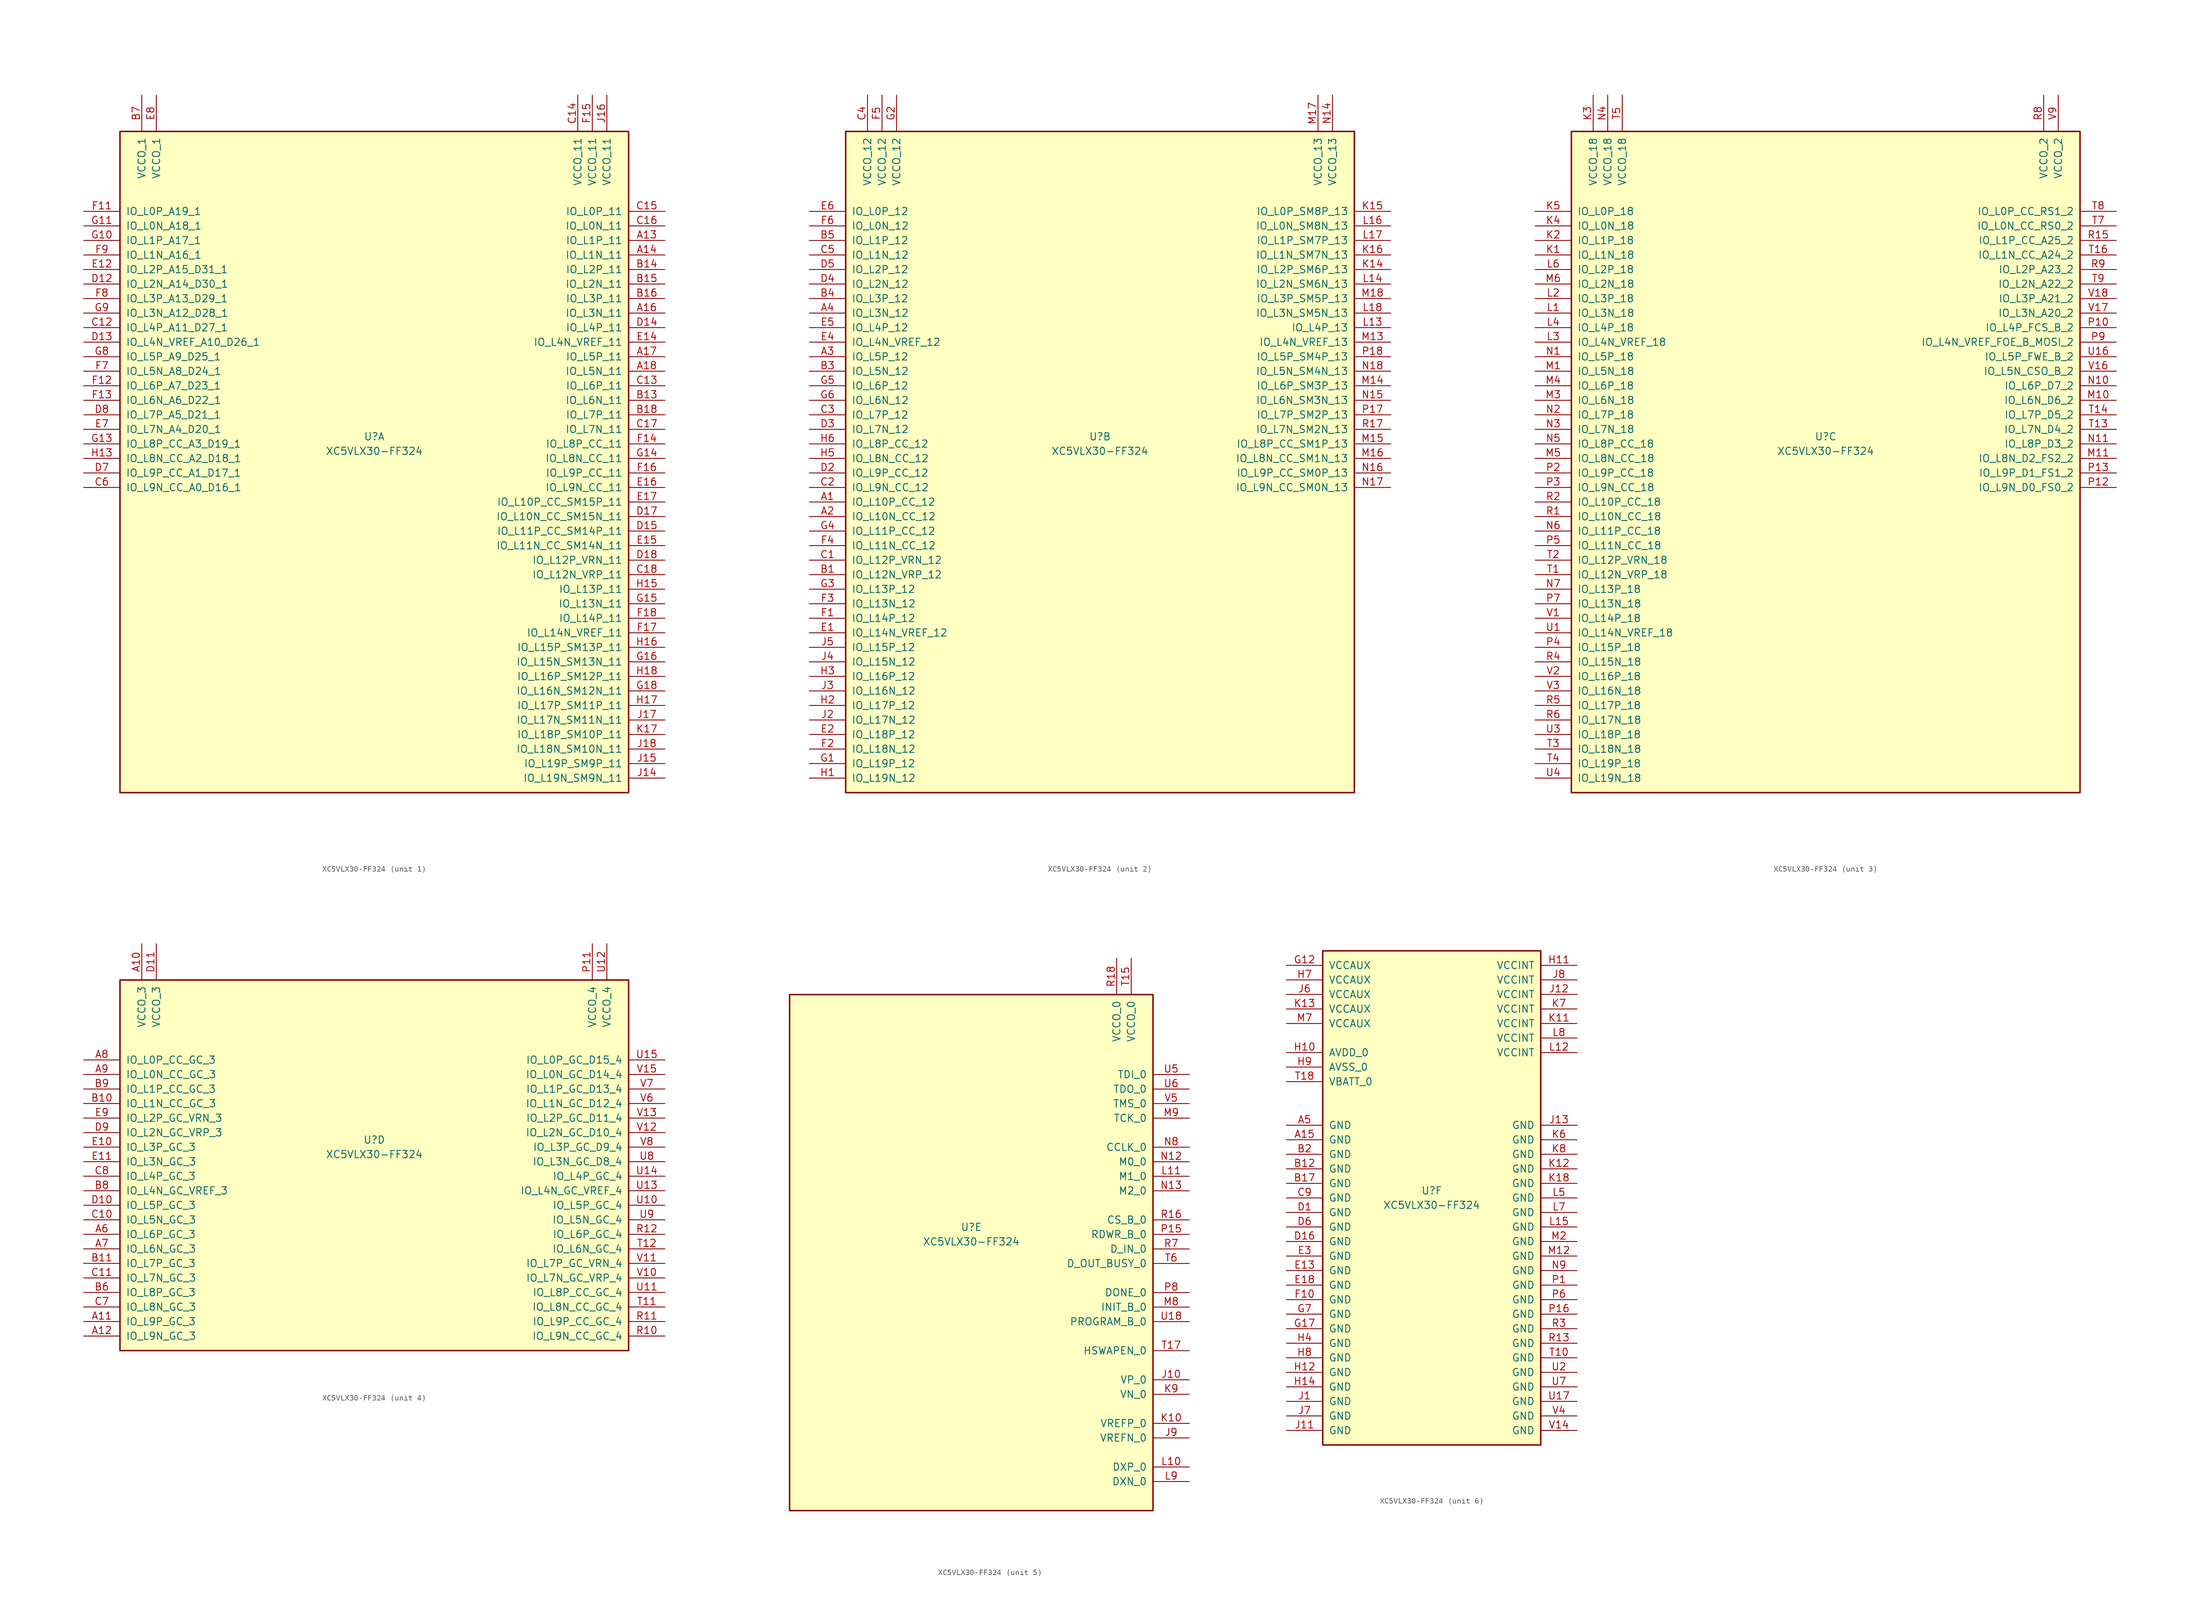
<source format=kicad_sym>
(kicad_symbol_lib
  (version 20211014)
  (generator kicad_symbol_editor)
  (symbol "XC5VLX30-FF324"
    (pin_names
      (offset 1.016))
    (property "Reference" "U"
      (at 0 1.27 0)
      (effects (font (size 1.27 1.27))))
    (property "Value" "XC5VLX30-FF324"
      (at 0 -1.27 0)
      (effects (font (size 1.27 1.27))))
    (property "Datasheet" ""
      (at 0 0 0)
      (effects (font (size 1.27 1.27))))
    (property "ki_locked" ""
      (at 0 0 0)
      (effects (font (size 1.27 1.27))))
    (symbol "XC5VLX30-FF324_1_1"
      (rectangle (start -44.45 54.61) (end 44.45 -60.96) (stroke (width 0.254) (type default) (color 0 0 0 0)) (fill (type background)))
      (pin bidirectional line (at 50.8 35.56 180) (length 6.35) (name "IO_L1P_11" (effects (font (size 1.27 1.27)))) (number "A13" (effects (font (size 1.27 1.27)))))
      (pin bidirectional line (at 50.8 33.02 180) (length 6.35) (name "IO_L1N_11" (effects (font (size 1.27 1.27)))) (number "A14" (effects (font (size 1.27 1.27)))))
      (pin bidirectional line (at 50.8 22.86 180) (length 6.35) (name "IO_L3N_11" (effects (font (size 1.27 1.27)))) (number "A16" (effects (font (size 1.27 1.27)))))
      (pin bidirectional line (at 50.8 15.24 180) (length 6.35) (name "IO_L5P_11" (effects (font (size 1.27 1.27)))) (number "A17" (effects (font (size 1.27 1.27)))))
      (pin bidirectional line (at 50.8 12.7 180) (length 6.35) (name "IO_L5N_11" (effects (font (size 1.27 1.27)))) (number "A18" (effects (font (size 1.27 1.27)))))
      (pin bidirectional line (at 50.8 7.62 180) (length 6.35) (name "IO_L6N_11" (effects (font (size 1.27 1.27)))) (number "B13" (effects (font (size 1.27 1.27)))))
      (pin bidirectional line (at 50.8 30.48 180) (length 6.35) (name "IO_L2P_11" (effects (font (size 1.27 1.27)))) (number "B14" (effects (font (size 1.27 1.27)))))
      (pin bidirectional line (at 50.8 27.94 180) (length 6.35) (name "IO_L2N_11" (effects (font (size 1.27 1.27)))) (number "B15" (effects (font (size 1.27 1.27)))))
      (pin bidirectional line (at 50.8 25.4 180) (length 6.35) (name "IO_L3P_11" (effects (font (size 1.27 1.27)))) (number "B16" (effects (font (size 1.27 1.27)))))
      (pin bidirectional line (at 50.8 5.08 180) (length 6.35) (name "IO_L7P_11" (effects (font (size 1.27 1.27)))) (number "B18" (effects (font (size 1.27 1.27)))))
      (pin power_in line (at -40.64 60.96 270) (length 6.35) (name "VCCO_1" (effects (font (size 1.27 1.27)))) (number "B7" (effects (font (size 1.27 1.27)))))
      (pin bidirectional line (at -50.8 20.32 0) (length 6.35) (name "IO_L4P_A11_D27_1" (effects (font (size 1.27 1.27)))) (number "C12" (effects (font (size 1.27 1.27)))))
      (pin bidirectional line (at 50.8 10.16 180) (length 6.35) (name "IO_L6P_11" (effects (font (size 1.27 1.27)))) (number "C13" (effects (font (size 1.27 1.27)))))
      (pin power_in line (at 35.56 60.96 270) (length 6.35) (name "VCCO_11" (effects (font (size 1.27 1.27)))) (number "C14" (effects (font (size 1.27 1.27)))))
      (pin bidirectional line (at 50.8 40.64 180) (length 6.35) (name "IO_L0P_11" (effects (font (size 1.27 1.27)))) (number "C15" (effects (font (size 1.27 1.27)))))
      (pin bidirectional line (at 50.8 38.1 180) (length 6.35) (name "IO_L0N_11" (effects (font (size 1.27 1.27)))) (number "C16" (effects (font (size 1.27 1.27)))))
      (pin bidirectional line (at 50.8 2.54 180) (length 6.35) (name "IO_L7N_11" (effects (font (size 1.27 1.27)))) (number "C17" (effects (font (size 1.27 1.27)))))
      (pin bidirectional line (at 50.8 -22.86 180) (length 6.35) (name "IO_L12N_VRP_11" (effects (font (size 1.27 1.27)))) (number "C18" (effects (font (size 1.27 1.27)))))
      (pin bidirectional line (at -50.8 -7.62 0) (length 6.35) (name "IO_L9N_CC_A0_D16_1" (effects (font (size 1.27 1.27)))) (number "C6" (effects (font (size 1.27 1.27)))))
      (pin bidirectional line (at -50.8 27.94 0) (length 6.35) (name "IO_L2N_A14_D30_1" (effects (font (size 1.27 1.27)))) (number "D12" (effects (font (size 1.27 1.27)))))
      (pin bidirectional line (at -50.8 17.78 0) (length 6.35) (name "IO_L4N_VREF_A10_D26_1" (effects (font (size 1.27 1.27)))) (number "D13" (effects (font (size 1.27 1.27)))))
      (pin bidirectional line (at 50.8 20.32 180) (length 6.35) (name "IO_L4P_11" (effects (font (size 1.27 1.27)))) (number "D14" (effects (font (size 1.27 1.27)))))
      (pin bidirectional line (at 50.8 -15.24 180) (length 6.35) (name "IO_L11P_CC_SM14P_11" (effects (font (size 1.27 1.27)))) (number "D15" (effects (font (size 1.27 1.27)))))
      (pin bidirectional line (at 50.8 -12.7 180) (length 6.35) (name "IO_L10N_CC_SM15N_11" (effects (font (size 1.27 1.27)))) (number "D17" (effects (font (size 1.27 1.27)))))
      (pin bidirectional line (at 50.8 -20.32 180) (length 6.35) (name "IO_L12P_VRN_11" (effects (font (size 1.27 1.27)))) (number "D18" (effects (font (size 1.27 1.27)))))
      (pin bidirectional line (at -50.8 -5.08 0) (length 6.35) (name "IO_L9P_CC_A1_D17_1" (effects (font (size 1.27 1.27)))) (number "D7" (effects (font (size 1.27 1.27)))))
      (pin bidirectional line (at -50.8 5.08 0) (length 6.35) (name "IO_L7P_A5_D21_1" (effects (font (size 1.27 1.27)))) (number "D8" (effects (font (size 1.27 1.27)))))
      (pin bidirectional line (at -50.8 30.48 0) (length 6.35) (name "IO_L2P_A15_D31_1" (effects (font (size 1.27 1.27)))) (number "E12" (effects (font (size 1.27 1.27)))))
      (pin bidirectional line (at 50.8 17.78 180) (length 6.35) (name "IO_L4N_VREF_11" (effects (font (size 1.27 1.27)))) (number "E14" (effects (font (size 1.27 1.27)))))
      (pin bidirectional line (at 50.8 -17.78 180) (length 6.35) (name "IO_L11N_CC_SM14N_11" (effects (font (size 1.27 1.27)))) (number "E15" (effects (font (size 1.27 1.27)))))
      (pin bidirectional line (at 50.8 -7.62 180) (length 6.35) (name "IO_L9N_CC_11" (effects (font (size 1.27 1.27)))) (number "E16" (effects (font (size 1.27 1.27)))))
      (pin bidirectional line (at 50.8 -10.16 180) (length 6.35) (name "IO_L10P_CC_SM15P_11" (effects (font (size 1.27 1.27)))) (number "E17" (effects (font (size 1.27 1.27)))))
      (pin bidirectional line (at -50.8 2.54 0) (length 6.35) (name "IO_L7N_A4_D20_1" (effects (font (size 1.27 1.27)))) (number "E7" (effects (font (size 1.27 1.27)))))
      (pin power_in line (at -38.1 60.96 270) (length 6.35) (name "VCCO_1" (effects (font (size 1.27 1.27)))) (number "E8" (effects (font (size 1.27 1.27)))))
      (pin bidirectional line (at -50.8 40.64 0) (length 6.35) (name "IO_L0P_A19_1" (effects (font (size 1.27 1.27)))) (number "F11" (effects (font (size 1.27 1.27)))))
      (pin bidirectional line (at -50.8 10.16 0) (length 6.35) (name "IO_L6P_A7_D23_1" (effects (font (size 1.27 1.27)))) (number "F12" (effects (font (size 1.27 1.27)))))
      (pin bidirectional line (at -50.8 7.62 0) (length 6.35) (name "IO_L6N_A6_D22_1" (effects (font (size 1.27 1.27)))) (number "F13" (effects (font (size 1.27 1.27)))))
      (pin bidirectional line (at 50.8 0 180) (length 6.35) (name "IO_L8P_CC_11" (effects (font (size 1.27 1.27)))) (number "F14" (effects (font (size 1.27 1.27)))))
      (pin power_in line (at 38.1 60.96 270) (length 6.35) (name "VCCO_11" (effects (font (size 1.27 1.27)))) (number "F15" (effects (font (size 1.27 1.27)))))
      (pin bidirectional line (at 50.8 -5.08 180) (length 6.35) (name "IO_L9P_CC_11" (effects (font (size 1.27 1.27)))) (number "F16" (effects (font (size 1.27 1.27)))))
      (pin bidirectional line (at 50.8 -33.02 180) (length 6.35) (name "IO_L14N_VREF_11" (effects (font (size 1.27 1.27)))) (number "F17" (effects (font (size 1.27 1.27)))))
      (pin bidirectional line (at 50.8 -30.48 180) (length 6.35) (name "IO_L14P_11" (effects (font (size 1.27 1.27)))) (number "F18" (effects (font (size 1.27 1.27)))))
      (pin bidirectional line (at -50.8 12.7 0) (length 6.35) (name "IO_L5N_A8_D24_1" (effects (font (size 1.27 1.27)))) (number "F7" (effects (font (size 1.27 1.27)))))
      (pin bidirectional line (at -50.8 25.4 0) (length 6.35) (name "IO_L3P_A13_D29_1" (effects (font (size 1.27 1.27)))) (number "F8" (effects (font (size 1.27 1.27)))))
      (pin bidirectional line (at -50.8 33.02 0) (length 6.35) (name "IO_L1N_A16_1" (effects (font (size 1.27 1.27)))) (number "F9" (effects (font (size 1.27 1.27)))))
      (pin bidirectional line (at -50.8 35.56 0) (length 6.35) (name "IO_L1P_A17_1" (effects (font (size 1.27 1.27)))) (number "G10" (effects (font (size 1.27 1.27)))))
      (pin bidirectional line (at -50.8 38.1 0) (length 6.35) (name "IO_L0N_A18_1" (effects (font (size 1.27 1.27)))) (number "G11" (effects (font (size 1.27 1.27)))))
      (pin bidirectional line (at -50.8 0 0) (length 6.35) (name "IO_L8P_CC_A3_D19_1" (effects (font (size 1.27 1.27)))) (number "G13" (effects (font (size 1.27 1.27)))))
      (pin bidirectional line (at 50.8 -2.54 180) (length 6.35) (name "IO_L8N_CC_11" (effects (font (size 1.27 1.27)))) (number "G14" (effects (font (size 1.27 1.27)))))
      (pin bidirectional line (at 50.8 -27.94 180) (length 6.35) (name "IO_L13N_11" (effects (font (size 1.27 1.27)))) (number "G15" (effects (font (size 1.27 1.27)))))
      (pin bidirectional line (at 50.8 -38.1 180) (length 6.35) (name "IO_L15N_SM13N_11" (effects (font (size 1.27 1.27)))) (number "G16" (effects (font (size 1.27 1.27)))))
      (pin bidirectional line (at 50.8 -43.18 180) (length 6.35) (name "IO_L16N_SM12N_11" (effects (font (size 1.27 1.27)))) (number "G18" (effects (font (size 1.27 1.27)))))
      (pin bidirectional line (at -50.8 15.24 0) (length 6.35) (name "IO_L5P_A9_D25_1" (effects (font (size 1.27 1.27)))) (number "G8" (effects (font (size 1.27 1.27)))))
      (pin bidirectional line (at -50.8 22.86 0) (length 6.35) (name "IO_L3N_A12_D28_1" (effects (font (size 1.27 1.27)))) (number "G9" (effects (font (size 1.27 1.27)))))
      (pin bidirectional line (at -50.8 -2.54 0) (length 6.35) (name "IO_L8N_CC_A2_D18_1" (effects (font (size 1.27 1.27)))) (number "H13" (effects (font (size 1.27 1.27)))))
      (pin bidirectional line (at 50.8 -25.4 180) (length 6.35) (name "IO_L13P_11" (effects (font (size 1.27 1.27)))) (number "H15" (effects (font (size 1.27 1.27)))))
      (pin bidirectional line (at 50.8 -35.56 180) (length 6.35) (name "IO_L15P_SM13P_11" (effects (font (size 1.27 1.27)))) (number "H16" (effects (font (size 1.27 1.27)))))
      (pin bidirectional line (at 50.8 -45.72 180) (length 6.35) (name "IO_L17P_SM11P_11" (effects (font (size 1.27 1.27)))) (number "H17" (effects (font (size 1.27 1.27)))))
      (pin bidirectional line (at 50.8 -40.64 180) (length 6.35) (name "IO_L16P_SM12P_11" (effects (font (size 1.27 1.27)))) (number "H18" (effects (font (size 1.27 1.27)))))
      (pin bidirectional line (at 50.8 -58.42 180) (length 6.35) (name "IO_L19N_SM9N_11" (effects (font (size 1.27 1.27)))) (number "J14" (effects (font (size 1.27 1.27)))))
      (pin bidirectional line (at 50.8 -55.88 180) (length 6.35) (name "IO_L19P_SM9P_11" (effects (font (size 1.27 1.27)))) (number "J15" (effects (font (size 1.27 1.27)))))
      (pin power_in line (at 40.64 60.96 270) (length 6.35) (name "VCCO_11" (effects (font (size 1.27 1.27)))) (number "J16" (effects (font (size 1.27 1.27)))))
      (pin bidirectional line (at 50.8 -48.26 180) (length 6.35) (name "IO_L17N_SM11N_11" (effects (font (size 1.27 1.27)))) (number "J17" (effects (font (size 1.27 1.27)))))
      (pin bidirectional line (at 50.8 -53.34 180) (length 6.35) (name "IO_L18N_SM10N_11" (effects (font (size 1.27 1.27)))) (number "J18" (effects (font (size 1.27 1.27)))))
      (pin bidirectional line (at 50.8 -50.8 180) (length 6.35) (name "IO_L18P_SM10P_11" (effects (font (size 1.27 1.27)))) (number "K17" (effects (font (size 1.27 1.27))))))
    (symbol "XC5VLX30-FF324_2_1"
      (rectangle (start -44.45 54.61) (end 44.45 -60.96) (stroke (width 0.254) (type default) (color 0 0 0 0)) (fill (type background)))
      (pin bidirectional line (at -50.8 -10.16 0) (length 6.35) (name "IO_L10P_CC_12" (effects (font (size 1.27 1.27)))) (number "A1" (effects (font (size 1.27 1.27)))))
      (pin bidirectional line (at -50.8 -12.7 0) (length 6.35) (name "IO_L10N_CC_12" (effects (font (size 1.27 1.27)))) (number "A2" (effects (font (size 1.27 1.27)))))
      (pin bidirectional line (at -50.8 15.24 0) (length 6.35) (name "IO_L5P_12" (effects (font (size 1.27 1.27)))) (number "A3" (effects (font (size 1.27 1.27)))))
      (pin bidirectional line (at -50.8 22.86 0) (length 6.35) (name "IO_L3N_12" (effects (font (size 1.27 1.27)))) (number "A4" (effects (font (size 1.27 1.27)))))
      (pin bidirectional line (at -50.8 -22.86 0) (length 6.35) (name "IO_L12N_VRP_12" (effects (font (size 1.27 1.27)))) (number "B1" (effects (font (size 1.27 1.27)))))
      (pin bidirectional line (at -50.8 12.7 0) (length 6.35) (name "IO_L5N_12" (effects (font (size 1.27 1.27)))) (number "B3" (effects (font (size 1.27 1.27)))))
      (pin bidirectional line (at -50.8 25.4 0) (length 6.35) (name "IO_L3P_12" (effects (font (size 1.27 1.27)))) (number "B4" (effects (font (size 1.27 1.27)))))
      (pin bidirectional line (at -50.8 35.56 0) (length 6.35) (name "IO_L1P_12" (effects (font (size 1.27 1.27)))) (number "B5" (effects (font (size 1.27 1.27)))))
      (pin bidirectional line (at -50.8 -20.32 0) (length 6.35) (name "IO_L12P_VRN_12" (effects (font (size 1.27 1.27)))) (number "C1" (effects (font (size 1.27 1.27)))))
      (pin bidirectional line (at -50.8 -7.62 0) (length 6.35) (name "IO_L9N_CC_12" (effects (font (size 1.27 1.27)))) (number "C2" (effects (font (size 1.27 1.27)))))
      (pin bidirectional line (at -50.8 5.08 0) (length 6.35) (name "IO_L7P_12" (effects (font (size 1.27 1.27)))) (number "C3" (effects (font (size 1.27 1.27)))))
      (pin power_in line (at -40.64 60.96 270) (length 6.35) (name "VCCO_12" (effects (font (size 1.27 1.27)))) (number "C4" (effects (font (size 1.27 1.27)))))
      (pin bidirectional line (at -50.8 33.02 0) (length 6.35) (name "IO_L1N_12" (effects (font (size 1.27 1.27)))) (number "C5" (effects (font (size 1.27 1.27)))))
      (pin bidirectional line (at -50.8 -5.08 0) (length 6.35) (name "IO_L9P_CC_12" (effects (font (size 1.27 1.27)))) (number "D2" (effects (font (size 1.27 1.27)))))
      (pin bidirectional line (at -50.8 2.54 0) (length 6.35) (name "IO_L7N_12" (effects (font (size 1.27 1.27)))) (number "D3" (effects (font (size 1.27 1.27)))))
      (pin bidirectional line (at -50.8 27.94 0) (length 6.35) (name "IO_L2N_12" (effects (font (size 1.27 1.27)))) (number "D4" (effects (font (size 1.27 1.27)))))
      (pin bidirectional line (at -50.8 30.48 0) (length 6.35) (name "IO_L2P_12" (effects (font (size 1.27 1.27)))) (number "D5" (effects (font (size 1.27 1.27)))))
      (pin bidirectional line (at -50.8 -33.02 0) (length 6.35) (name "IO_L14N_VREF_12" (effects (font (size 1.27 1.27)))) (number "E1" (effects (font (size 1.27 1.27)))))
      (pin bidirectional line (at -50.8 -50.8 0) (length 6.35) (name "IO_L18P_12" (effects (font (size 1.27 1.27)))) (number "E2" (effects (font (size 1.27 1.27)))))
      (pin bidirectional line (at -50.8 17.78 0) (length 6.35) (name "IO_L4N_VREF_12" (effects (font (size 1.27 1.27)))) (number "E4" (effects (font (size 1.27 1.27)))))
      (pin bidirectional line (at -50.8 20.32 0) (length 6.35) (name "IO_L4P_12" (effects (font (size 1.27 1.27)))) (number "E5" (effects (font (size 1.27 1.27)))))
      (pin bidirectional line (at -50.8 40.64 0) (length 6.35) (name "IO_L0P_12" (effects (font (size 1.27 1.27)))) (number "E6" (effects (font (size 1.27 1.27)))))
      (pin bidirectional line (at -50.8 -30.48 0) (length 6.35) (name "IO_L14P_12" (effects (font (size 1.27 1.27)))) (number "F1" (effects (font (size 1.27 1.27)))))
      (pin bidirectional line (at -50.8 -53.34 0) (length 6.35) (name "IO_L18N_12" (effects (font (size 1.27 1.27)))) (number "F2" (effects (font (size 1.27 1.27)))))
      (pin bidirectional line (at -50.8 -27.94 0) (length 6.35) (name "IO_L13N_12" (effects (font (size 1.27 1.27)))) (number "F3" (effects (font (size 1.27 1.27)))))
      (pin bidirectional line (at -50.8 -17.78 0) (length 6.35) (name "IO_L11N_CC_12" (effects (font (size 1.27 1.27)))) (number "F4" (effects (font (size 1.27 1.27)))))
      (pin power_in line (at -38.1 60.96 270) (length 6.35) (name "VCCO_12" (effects (font (size 1.27 1.27)))) (number "F5" (effects (font (size 1.27 1.27)))))
      (pin bidirectional line (at -50.8 38.1 0) (length 6.35) (name "IO_L0N_12" (effects (font (size 1.27 1.27)))) (number "F6" (effects (font (size 1.27 1.27)))))
      (pin bidirectional line (at -50.8 -55.88 0) (length 6.35) (name "IO_L19P_12" (effects (font (size 1.27 1.27)))) (number "G1" (effects (font (size 1.27 1.27)))))
      (pin power_in line (at -35.56 60.96 270) (length 6.35) (name "VCCO_12" (effects (font (size 1.27 1.27)))) (number "G2" (effects (font (size 1.27 1.27)))))
      (pin bidirectional line (at -50.8 -25.4 0) (length 6.35) (name "IO_L13P_12" (effects (font (size 1.27 1.27)))) (number "G3" (effects (font (size 1.27 1.27)))))
      (pin bidirectional line (at -50.8 -15.24 0) (length 6.35) (name "IO_L11P_CC_12" (effects (font (size 1.27 1.27)))) (number "G4" (effects (font (size 1.27 1.27)))))
      (pin bidirectional line (at -50.8 10.16 0) (length 6.35) (name "IO_L6P_12" (effects (font (size 1.27 1.27)))) (number "G5" (effects (font (size 1.27 1.27)))))
      (pin bidirectional line (at -50.8 7.62 0) (length 6.35) (name "IO_L6N_12" (effects (font (size 1.27 1.27)))) (number "G6" (effects (font (size 1.27 1.27)))))
      (pin bidirectional line (at -50.8 -58.42 0) (length 6.35) (name "IO_L19N_12" (effects (font (size 1.27 1.27)))) (number "H1" (effects (font (size 1.27 1.27)))))
      (pin bidirectional line (at -50.8 -45.72 0) (length 6.35) (name "IO_L17P_12" (effects (font (size 1.27 1.27)))) (number "H2" (effects (font (size 1.27 1.27)))))
      (pin bidirectional line (at -50.8 -40.64 0) (length 6.35) (name "IO_L16P_12" (effects (font (size 1.27 1.27)))) (number "H3" (effects (font (size 1.27 1.27)))))
      (pin bidirectional line (at -50.8 -2.54 0) (length 6.35) (name "IO_L8N_CC_12" (effects (font (size 1.27 1.27)))) (number "H5" (effects (font (size 1.27 1.27)))))
      (pin bidirectional line (at -50.8 0 0) (length 6.35) (name "IO_L8P_CC_12" (effects (font (size 1.27 1.27)))) (number "H6" (effects (font (size 1.27 1.27)))))
      (pin bidirectional line (at -50.8 -48.26 0) (length 6.35) (name "IO_L17N_12" (effects (font (size 1.27 1.27)))) (number "J2" (effects (font (size 1.27 1.27)))))
      (pin bidirectional line (at -50.8 -43.18 0) (length 6.35) (name "IO_L16N_12" (effects (font (size 1.27 1.27)))) (number "J3" (effects (font (size 1.27 1.27)))))
      (pin bidirectional line (at -50.8 -38.1 0) (length 6.35) (name "IO_L15N_12" (effects (font (size 1.27 1.27)))) (number "J4" (effects (font (size 1.27 1.27)))))
      (pin bidirectional line (at -50.8 -35.56 0) (length 6.35) (name "IO_L15P_12" (effects (font (size 1.27 1.27)))) (number "J5" (effects (font (size 1.27 1.27)))))
      (pin bidirectional line (at 50.8 30.48 180) (length 6.35) (name "IO_L2P_SM6P_13" (effects (font (size 1.27 1.27)))) (number "K14" (effects (font (size 1.27 1.27)))))
      (pin bidirectional line (at 50.8 40.64 180) (length 6.35) (name "IO_L0P_SM8P_13" (effects (font (size 1.27 1.27)))) (number "K15" (effects (font (size 1.27 1.27)))))
      (pin bidirectional line (at 50.8 33.02 180) (length 6.35) (name "IO_L1N_SM7N_13" (effects (font (size 1.27 1.27)))) (number "K16" (effects (font (size 1.27 1.27)))))
      (pin bidirectional line (at 50.8 20.32 180) (length 6.35) (name "IO_L4P_13" (effects (font (size 1.27 1.27)))) (number "L13" (effects (font (size 1.27 1.27)))))
      (pin bidirectional line (at 50.8 27.94 180) (length 6.35) (name "IO_L2N_SM6N_13" (effects (font (size 1.27 1.27)))) (number "L14" (effects (font (size 1.27 1.27)))))
      (pin bidirectional line (at 50.8 38.1 180) (length 6.35) (name "IO_L0N_SM8N_13" (effects (font (size 1.27 1.27)))) (number "L16" (effects (font (size 1.27 1.27)))))
      (pin bidirectional line (at 50.8 35.56 180) (length 6.35) (name "IO_L1P_SM7P_13" (effects (font (size 1.27 1.27)))) (number "L17" (effects (font (size 1.27 1.27)))))
      (pin bidirectional line (at 50.8 22.86 180) (length 6.35) (name "IO_L3N_SM5N_13" (effects (font (size 1.27 1.27)))) (number "L18" (effects (font (size 1.27 1.27)))))
      (pin bidirectional line (at 50.8 17.78 180) (length 6.35) (name "IO_L4N_VREF_13" (effects (font (size 1.27 1.27)))) (number "M13" (effects (font (size 1.27 1.27)))))
      (pin bidirectional line (at 50.8 10.16 180) (length 6.35) (name "IO_L6P_SM3P_13" (effects (font (size 1.27 1.27)))) (number "M14" (effects (font (size 1.27 1.27)))))
      (pin bidirectional line (at 50.8 0 180) (length 6.35) (name "IO_L8P_CC_SM1P_13" (effects (font (size 1.27 1.27)))) (number "M15" (effects (font (size 1.27 1.27)))))
      (pin bidirectional line (at 50.8 -2.54 180) (length 6.35) (name "IO_L8N_CC_SM1N_13" (effects (font (size 1.27 1.27)))) (number "M16" (effects (font (size 1.27 1.27)))))
      (pin power_in line (at 38.1 60.96 270) (length 6.35) (name "VCCO_13" (effects (font (size 1.27 1.27)))) (number "M17" (effects (font (size 1.27 1.27)))))
      (pin bidirectional line (at 50.8 25.4 180) (length 6.35) (name "IO_L3P_SM5P_13" (effects (font (size 1.27 1.27)))) (number "M18" (effects (font (size 1.27 1.27)))))
      (pin power_in line (at 40.64 60.96 270) (length 6.35) (name "VCCO_13" (effects (font (size 1.27 1.27)))) (number "N14" (effects (font (size 1.27 1.27)))))
      (pin bidirectional line (at 50.8 7.62 180) (length 6.35) (name "IO_L6N_SM3N_13" (effects (font (size 1.27 1.27)))) (number "N15" (effects (font (size 1.27 1.27)))))
      (pin bidirectional line (at 50.8 -5.08 180) (length 6.35) (name "IO_L9P_CC_SM0P_13" (effects (font (size 1.27 1.27)))) (number "N16" (effects (font (size 1.27 1.27)))))
      (pin bidirectional line (at 50.8 -7.62 180) (length 6.35) (name "IO_L9N_CC_SM0N_13" (effects (font (size 1.27 1.27)))) (number "N17" (effects (font (size 1.27 1.27)))))
      (pin bidirectional line (at 50.8 12.7 180) (length 6.35) (name "IO_L5N_SM4N_13" (effects (font (size 1.27 1.27)))) (number "N18" (effects (font (size 1.27 1.27)))))
      (pin bidirectional line (at 50.8 5.08 180) (length 6.35) (name "IO_L7P_SM2P_13" (effects (font (size 1.27 1.27)))) (number "P17" (effects (font (size 1.27 1.27)))))
      (pin bidirectional line (at 50.8 15.24 180) (length 6.35) (name "IO_L5P_SM4P_13" (effects (font (size 1.27 1.27)))) (number "P18" (effects (font (size 1.27 1.27)))))
      (pin bidirectional line (at 50.8 2.54 180) (length 6.35) (name "IO_L7N_SM2N_13" (effects (font (size 1.27 1.27)))) (number "R17" (effects (font (size 1.27 1.27))))))
    (symbol "XC5VLX30-FF324_3_1"
      (rectangle (start -44.45 54.61) (end 44.45 -60.96) (stroke (width 0.254) (type default) (color 0 0 0 0)) (fill (type background)))
      (pin bidirectional line (at -50.8 33.02 0) (length 6.35) (name "IO_L1N_18" (effects (font (size 1.27 1.27)))) (number "K1" (effects (font (size 1.27 1.27)))))
      (pin bidirectional line (at -50.8 35.56 0) (length 6.35) (name "IO_L1P_18" (effects (font (size 1.27 1.27)))) (number "K2" (effects (font (size 1.27 1.27)))))
      (pin power_in line (at -40.64 60.96 270) (length 6.35) (name "VCCO_18" (effects (font (size 1.27 1.27)))) (number "K3" (effects (font (size 1.27 1.27)))))
      (pin bidirectional line (at -50.8 38.1 0) (length 6.35) (name "IO_L0N_18" (effects (font (size 1.27 1.27)))) (number "K4" (effects (font (size 1.27 1.27)))))
      (pin bidirectional line (at -50.8 40.64 0) (length 6.35) (name "IO_L0P_18" (effects (font (size 1.27 1.27)))) (number "K5" (effects (font (size 1.27 1.27)))))
      (pin bidirectional line (at -50.8 22.86 0) (length 6.35) (name "IO_L3N_18" (effects (font (size 1.27 1.27)))) (number "L1" (effects (font (size 1.27 1.27)))))
      (pin bidirectional line (at -50.8 25.4 0) (length 6.35) (name "IO_L3P_18" (effects (font (size 1.27 1.27)))) (number "L2" (effects (font (size 1.27 1.27)))))
      (pin bidirectional line (at -50.8 17.78 0) (length 6.35) (name "IO_L4N_VREF_18" (effects (font (size 1.27 1.27)))) (number "L3" (effects (font (size 1.27 1.27)))))
      (pin bidirectional line (at -50.8 20.32 0) (length 6.35) (name "IO_L4P_18" (effects (font (size 1.27 1.27)))) (number "L4" (effects (font (size 1.27 1.27)))))
      (pin bidirectional line (at -50.8 30.48 0) (length 6.35) (name "IO_L2P_18" (effects (font (size 1.27 1.27)))) (number "L6" (effects (font (size 1.27 1.27)))))
      (pin bidirectional line (at -50.8 12.7 0) (length 6.35) (name "IO_L5N_18" (effects (font (size 1.27 1.27)))) (number "M1" (effects (font (size 1.27 1.27)))))
      (pin bidirectional line (at 50.8 7.62 180) (length 6.35) (name "IO_L6N_D6_2" (effects (font (size 1.27 1.27)))) (number "M10" (effects (font (size 1.27 1.27)))))
      (pin bidirectional line (at 50.8 -2.54 180) (length 6.35) (name "IO_L8N_D2_FS2_2" (effects (font (size 1.27 1.27)))) (number "M11" (effects (font (size 1.27 1.27)))))
      (pin bidirectional line (at -50.8 7.62 0) (length 6.35) (name "IO_L6N_18" (effects (font (size 1.27 1.27)))) (number "M3" (effects (font (size 1.27 1.27)))))
      (pin bidirectional line (at -50.8 10.16 0) (length 6.35) (name "IO_L6P_18" (effects (font (size 1.27 1.27)))) (number "M4" (effects (font (size 1.27 1.27)))))
      (pin bidirectional line (at -50.8 -2.54 0) (length 6.35) (name "IO_L8N_CC_18" (effects (font (size 1.27 1.27)))) (number "M5" (effects (font (size 1.27 1.27)))))
      (pin bidirectional line (at -50.8 27.94 0) (length 6.35) (name "IO_L2N_18" (effects (font (size 1.27 1.27)))) (number "M6" (effects (font (size 1.27 1.27)))))
      (pin bidirectional line (at -50.8 15.24 0) (length 6.35) (name "IO_L5P_18" (effects (font (size 1.27 1.27)))) (number "N1" (effects (font (size 1.27 1.27)))))
      (pin bidirectional line (at 50.8 10.16 180) (length 6.35) (name "IO_L6P_D7_2" (effects (font (size 1.27 1.27)))) (number "N10" (effects (font (size 1.27 1.27)))))
      (pin bidirectional line (at 50.8 0 180) (length 6.35) (name "IO_L8P_D3_2" (effects (font (size 1.27 1.27)))) (number "N11" (effects (font (size 1.27 1.27)))))
      (pin bidirectional line (at -50.8 5.08 0) (length 6.35) (name "IO_L7P_18" (effects (font (size 1.27 1.27)))) (number "N2" (effects (font (size 1.27 1.27)))))
      (pin bidirectional line (at -50.8 2.54 0) (length 6.35) (name "IO_L7N_18" (effects (font (size 1.27 1.27)))) (number "N3" (effects (font (size 1.27 1.27)))))
      (pin power_in line (at -38.1 60.96 270) (length 6.35) (name "VCCO_18" (effects (font (size 1.27 1.27)))) (number "N4" (effects (font (size 1.27 1.27)))))
      (pin bidirectional line (at -50.8 0 0) (length 6.35) (name "IO_L8P_CC_18" (effects (font (size 1.27 1.27)))) (number "N5" (effects (font (size 1.27 1.27)))))
      (pin bidirectional line (at -50.8 -15.24 0) (length 6.35) (name "IO_L11P_CC_18" (effects (font (size 1.27 1.27)))) (number "N6" (effects (font (size 1.27 1.27)))))
      (pin bidirectional line (at -50.8 -25.4 0) (length 6.35) (name "IO_L13P_18" (effects (font (size 1.27 1.27)))) (number "N7" (effects (font (size 1.27 1.27)))))
      (pin bidirectional line (at 50.8 20.32 180) (length 6.35) (name "IO_L4P_FCS_B_2" (effects (font (size 1.27 1.27)))) (number "P10" (effects (font (size 1.27 1.27)))))
      (pin bidirectional line (at 50.8 -7.62 180) (length 6.35) (name "IO_L9N_D0_FS0_2" (effects (font (size 1.27 1.27)))) (number "P12" (effects (font (size 1.27 1.27)))))
      (pin bidirectional line (at 50.8 -5.08 180) (length 6.35) (name "IO_L9P_D1_FS1_2" (effects (font (size 1.27 1.27)))) (number "P13" (effects (font (size 1.27 1.27)))))
      (pin bidirectional line (at -50.8 -5.08 0) (length 6.35) (name "IO_L9P_CC_18" (effects (font (size 1.27 1.27)))) (number "P2" (effects (font (size 1.27 1.27)))))
      (pin bidirectional line (at -50.8 -7.62 0) (length 6.35) (name "IO_L9N_CC_18" (effects (font (size 1.27 1.27)))) (number "P3" (effects (font (size 1.27 1.27)))))
      (pin bidirectional line (at -50.8 -35.56 0) (length 6.35) (name "IO_L15P_18" (effects (font (size 1.27 1.27)))) (number "P4" (effects (font (size 1.27 1.27)))))
      (pin bidirectional line (at -50.8 -17.78 0) (length 6.35) (name "IO_L11N_CC_18" (effects (font (size 1.27 1.27)))) (number "P5" (effects (font (size 1.27 1.27)))))
      (pin bidirectional line (at -50.8 -27.94 0) (length 6.35) (name "IO_L13N_18" (effects (font (size 1.27 1.27)))) (number "P7" (effects (font (size 1.27 1.27)))))
      (pin bidirectional line (at 50.8 17.78 180) (length 6.35) (name "IO_L4N_VREF_FOE_B_MOSI_2" (effects (font (size 1.27 1.27)))) (number "P9" (effects (font (size 1.27 1.27)))))
      (pin bidirectional line (at -50.8 -12.7 0) (length 6.35) (name "IO_L10N_CC_18" (effects (font (size 1.27 1.27)))) (number "R1" (effects (font (size 1.27 1.27)))))
      (pin bidirectional line (at 50.8 35.56 180) (length 6.35) (name "IO_L1P_CC_A25_2" (effects (font (size 1.27 1.27)))) (number "R15" (effects (font (size 1.27 1.27)))))
      (pin bidirectional line (at -50.8 -10.16 0) (length 6.35) (name "IO_L10P_CC_18" (effects (font (size 1.27 1.27)))) (number "R2" (effects (font (size 1.27 1.27)))))
      (pin bidirectional line (at -50.8 -38.1 0) (length 6.35) (name "IO_L15N_18" (effects (font (size 1.27 1.27)))) (number "R4" (effects (font (size 1.27 1.27)))))
      (pin bidirectional line (at -50.8 -45.72 0) (length 6.35) (name "IO_L17P_18" (effects (font (size 1.27 1.27)))) (number "R5" (effects (font (size 1.27 1.27)))))
      (pin bidirectional line (at -50.8 -48.26 0) (length 6.35) (name "IO_L17N_18" (effects (font (size 1.27 1.27)))) (number "R6" (effects (font (size 1.27 1.27)))))
      (pin power_in line (at 38.1 60.96 270) (length 6.35) (name "VCCO_2" (effects (font (size 1.27 1.27)))) (number "R8" (effects (font (size 1.27 1.27)))))
      (pin bidirectional line (at 50.8 30.48 180) (length 6.35) (name "IO_L2P_A23_2" (effects (font (size 1.27 1.27)))) (number "R9" (effects (font (size 1.27 1.27)))))
      (pin bidirectional line (at -50.8 -22.86 0) (length 6.35) (name "IO_L12N_VRP_18" (effects (font (size 1.27 1.27)))) (number "T1" (effects (font (size 1.27 1.27)))))
      (pin bidirectional line (at 50.8 2.54 180) (length 6.35) (name "IO_L7N_D4_2" (effects (font (size 1.27 1.27)))) (number "T13" (effects (font (size 1.27 1.27)))))
      (pin bidirectional line (at 50.8 5.08 180) (length 6.35) (name "IO_L7P_D5_2" (effects (font (size 1.27 1.27)))) (number "T14" (effects (font (size 1.27 1.27)))))
      (pin bidirectional line (at 50.8 33.02 180) (length 6.35) (name "IO_L1N_CC_A24_2" (effects (font (size 1.27 1.27)))) (number "T16" (effects (font (size 1.27 1.27)))))
      (pin bidirectional line (at -50.8 -20.32 0) (length 6.35) (name "IO_L12P_VRN_18" (effects (font (size 1.27 1.27)))) (number "T2" (effects (font (size 1.27 1.27)))))
      (pin bidirectional line (at -50.8 -53.34 0) (length 6.35) (name "IO_L18N_18" (effects (font (size 1.27 1.27)))) (number "T3" (effects (font (size 1.27 1.27)))))
      (pin bidirectional line (at -50.8 -55.88 0) (length 6.35) (name "IO_L19P_18" (effects (font (size 1.27 1.27)))) (number "T4" (effects (font (size 1.27 1.27)))))
      (pin power_in line (at -35.56 60.96 270) (length 6.35) (name "VCCO_18" (effects (font (size 1.27 1.27)))) (number "T5" (effects (font (size 1.27 1.27)))))
      (pin bidirectional line (at 50.8 38.1 180) (length 6.35) (name "IO_L0N_CC_RS0_2" (effects (font (size 1.27 1.27)))) (number "T7" (effects (font (size 1.27 1.27)))))
      (pin bidirectional line (at 50.8 40.64 180) (length 6.35) (name "IO_L0P_CC_RS1_2" (effects (font (size 1.27 1.27)))) (number "T8" (effects (font (size 1.27 1.27)))))
      (pin bidirectional line (at 50.8 27.94 180) (length 6.35) (name "IO_L2N_A22_2" (effects (font (size 1.27 1.27)))) (number "T9" (effects (font (size 1.27 1.27)))))
      (pin bidirectional line (at -50.8 -33.02 0) (length 6.35) (name "IO_L14N_VREF_18" (effects (font (size 1.27 1.27)))) (number "U1" (effects (font (size 1.27 1.27)))))
      (pin bidirectional line (at 50.8 15.24 180) (length 6.35) (name "IO_L5P_FWE_B_2" (effects (font (size 1.27 1.27)))) (number "U16" (effects (font (size 1.27 1.27)))))
      (pin bidirectional line (at -50.8 -50.8 0) (length 6.35) (name "IO_L18P_18" (effects (font (size 1.27 1.27)))) (number "U3" (effects (font (size 1.27 1.27)))))
      (pin bidirectional line (at -50.8 -58.42 0) (length 6.35) (name "IO_L19N_18" (effects (font (size 1.27 1.27)))) (number "U4" (effects (font (size 1.27 1.27)))))
      (pin bidirectional line (at -50.8 -30.48 0) (length 6.35) (name "IO_L14P_18" (effects (font (size 1.27 1.27)))) (number "V1" (effects (font (size 1.27 1.27)))))
      (pin bidirectional line (at 50.8 12.7 180) (length 6.35) (name "IO_L5N_CSO_B_2" (effects (font (size 1.27 1.27)))) (number "V16" (effects (font (size 1.27 1.27)))))
      (pin bidirectional line (at 50.8 22.86 180) (length 6.35) (name "IO_L3N_A20_2" (effects (font (size 1.27 1.27)))) (number "V17" (effects (font (size 1.27 1.27)))))
      (pin bidirectional line (at 50.8 25.4 180) (length 6.35) (name "IO_L3P_A21_2" (effects (font (size 1.27 1.27)))) (number "V18" (effects (font (size 1.27 1.27)))))
      (pin bidirectional line (at -50.8 -40.64 0) (length 6.35) (name "IO_L16P_18" (effects (font (size 1.27 1.27)))) (number "V2" (effects (font (size 1.27 1.27)))))
      (pin bidirectional line (at -50.8 -43.18 0) (length 6.35) (name "IO_L16N_18" (effects (font (size 1.27 1.27)))) (number "V3" (effects (font (size 1.27 1.27)))))
      (pin power_in line (at 40.64 60.96 270) (length 6.35) (name "VCCO_2" (effects (font (size 1.27 1.27)))) (number "V9" (effects (font (size 1.27 1.27))))))
    (symbol "XC5VLX30-FF324_4_1"
      (rectangle (start -44.45 29.21) (end 44.45 -35.56) (stroke (width 0.254) (type default) (color 0 0 0 0)) (fill (type background)))
      (pin power_in line (at -40.64 35.56 270) (length 6.35) (name "VCCO_3" (effects (font (size 1.27 1.27)))) (number "A10" (effects (font (size 1.27 1.27)))))
      (pin bidirectional line (at -50.8 -30.48 0) (length 6.35) (name "IO_L9P_GC_3" (effects (font (size 1.27 1.27)))) (number "A11" (effects (font (size 1.27 1.27)))))
      (pin bidirectional line (at -50.8 -33.02 0) (length 6.35) (name "IO_L9N_GC_3" (effects (font (size 1.27 1.27)))) (number "A12" (effects (font (size 1.27 1.27)))))
      (pin bidirectional line (at -50.8 -15.24 0) (length 6.35) (name "IO_L6P_GC_3" (effects (font (size 1.27 1.27)))) (number "A6" (effects (font (size 1.27 1.27)))))
      (pin bidirectional line (at -50.8 -17.78 0) (length 6.35) (name "IO_L6N_GC_3" (effects (font (size 1.27 1.27)))) (number "A7" (effects (font (size 1.27 1.27)))))
      (pin bidirectional line (at -50.8 15.24 0) (length 6.35) (name "IO_L0P_CC_GC_3" (effects (font (size 1.27 1.27)))) (number "A8" (effects (font (size 1.27 1.27)))))
      (pin bidirectional line (at -50.8 12.7 0) (length 6.35) (name "IO_L0N_CC_GC_3" (effects (font (size 1.27 1.27)))) (number "A9" (effects (font (size 1.27 1.27)))))
      (pin bidirectional line (at -50.8 7.62 0) (length 6.35) (name "IO_L1N_CC_GC_3" (effects (font (size 1.27 1.27)))) (number "B10" (effects (font (size 1.27 1.27)))))
      (pin bidirectional line (at -50.8 -20.32 0) (length 6.35) (name "IO_L7P_GC_3" (effects (font (size 1.27 1.27)))) (number "B11" (effects (font (size 1.27 1.27)))))
      (pin bidirectional line (at -50.8 -25.4 0) (length 6.35) (name "IO_L8P_GC_3" (effects (font (size 1.27 1.27)))) (number "B6" (effects (font (size 1.27 1.27)))))
      (pin bidirectional line (at -50.8 -7.62 0) (length 6.35) (name "IO_L4N_GC_VREF_3" (effects (font (size 1.27 1.27)))) (number "B8" (effects (font (size 1.27 1.27)))))
      (pin bidirectional line (at -50.8 10.16 0) (length 6.35) (name "IO_L1P_CC_GC_3" (effects (font (size 1.27 1.27)))) (number "B9" (effects (font (size 1.27 1.27)))))
      (pin bidirectional line (at -50.8 -12.7 0) (length 6.35) (name "IO_L5N_GC_3" (effects (font (size 1.27 1.27)))) (number "C10" (effects (font (size 1.27 1.27)))))
      (pin bidirectional line (at -50.8 -22.86 0) (length 6.35) (name "IO_L7N_GC_3" (effects (font (size 1.27 1.27)))) (number "C11" (effects (font (size 1.27 1.27)))))
      (pin bidirectional line (at -50.8 -27.94 0) (length 6.35) (name "IO_L8N_GC_3" (effects (font (size 1.27 1.27)))) (number "C7" (effects (font (size 1.27 1.27)))))
      (pin bidirectional line (at -50.8 -5.08 0) (length 6.35) (name "IO_L4P_GC_3" (effects (font (size 1.27 1.27)))) (number "C8" (effects (font (size 1.27 1.27)))))
      (pin bidirectional line (at -50.8 -10.16 0) (length 6.35) (name "IO_L5P_GC_3" (effects (font (size 1.27 1.27)))) (number "D10" (effects (font (size 1.27 1.27)))))
      (pin power_in line (at -38.1 35.56 270) (length 6.35) (name "VCCO_3" (effects (font (size 1.27 1.27)))) (number "D11" (effects (font (size 1.27 1.27)))))
      (pin bidirectional line (at -50.8 2.54 0) (length 6.35) (name "IO_L2N_GC_VRP_3" (effects (font (size 1.27 1.27)))) (number "D9" (effects (font (size 1.27 1.27)))))
      (pin bidirectional line (at -50.8 0 0) (length 6.35) (name "IO_L3P_GC_3" (effects (font (size 1.27 1.27)))) (number "E10" (effects (font (size 1.27 1.27)))))
      (pin bidirectional line (at -50.8 -2.54 0) (length 6.35) (name "IO_L3N_GC_3" (effects (font (size 1.27 1.27)))) (number "E11" (effects (font (size 1.27 1.27)))))
      (pin bidirectional line (at -50.8 5.08 0) (length 6.35) (name "IO_L2P_GC_VRN_3" (effects (font (size 1.27 1.27)))) (number "E9" (effects (font (size 1.27 1.27)))))
      (pin power_in line (at 38.1 35.56 270) (length 6.35) (name "VCCO_4" (effects (font (size 1.27 1.27)))) (number "P11" (effects (font (size 1.27 1.27)))))
      (pin bidirectional line (at 50.8 -33.02 180) (length 6.35) (name "IO_L9N_CC_GC_4" (effects (font (size 1.27 1.27)))) (number "R10" (effects (font (size 1.27 1.27)))))
      (pin bidirectional line (at 50.8 -30.48 180) (length 6.35) (name "IO_L9P_CC_GC_4" (effects (font (size 1.27 1.27)))) (number "R11" (effects (font (size 1.27 1.27)))))
      (pin bidirectional line (at 50.8 -15.24 180) (length 6.35) (name "IO_L6P_GC_4" (effects (font (size 1.27 1.27)))) (number "R12" (effects (font (size 1.27 1.27)))))
      (pin bidirectional line (at 50.8 -27.94 180) (length 6.35) (name "IO_L8N_CC_GC_4" (effects (font (size 1.27 1.27)))) (number "T11" (effects (font (size 1.27 1.27)))))
      (pin bidirectional line (at 50.8 -17.78 180) (length 6.35) (name "IO_L6N_GC_4" (effects (font (size 1.27 1.27)))) (number "T12" (effects (font (size 1.27 1.27)))))
      (pin bidirectional line (at 50.8 -10.16 180) (length 6.35) (name "IO_L5P_GC_4" (effects (font (size 1.27 1.27)))) (number "U10" (effects (font (size 1.27 1.27)))))
      (pin bidirectional line (at 50.8 -25.4 180) (length 6.35) (name "IO_L8P_CC_GC_4" (effects (font (size 1.27 1.27)))) (number "U11" (effects (font (size 1.27 1.27)))))
      (pin power_in line (at 40.64 35.56 270) (length 6.35) (name "VCCO_4" (effects (font (size 1.27 1.27)))) (number "U12" (effects (font (size 1.27 1.27)))))
      (pin bidirectional line (at 50.8 -7.62 180) (length 6.35) (name "IO_L4N_GC_VREF_4" (effects (font (size 1.27 1.27)))) (number "U13" (effects (font (size 1.27 1.27)))))
      (pin bidirectional line (at 50.8 -5.08 180) (length 6.35) (name "IO_L4P_GC_4" (effects (font (size 1.27 1.27)))) (number "U14" (effects (font (size 1.27 1.27)))))
      (pin bidirectional line (at 50.8 15.24 180) (length 6.35) (name "IO_L0P_GC_D15_4" (effects (font (size 1.27 1.27)))) (number "U15" (effects (font (size 1.27 1.27)))))
      (pin bidirectional line (at 50.8 -2.54 180) (length 6.35) (name "IO_L3N_GC_D8_4" (effects (font (size 1.27 1.27)))) (number "U8" (effects (font (size 1.27 1.27)))))
      (pin bidirectional line (at 50.8 -12.7 180) (length 6.35) (name "IO_L5N_GC_4" (effects (font (size 1.27 1.27)))) (number "U9" (effects (font (size 1.27 1.27)))))
      (pin bidirectional line (at 50.8 -22.86 180) (length 6.35) (name "IO_L7N_GC_VRP_4" (effects (font (size 1.27 1.27)))) (number "V10" (effects (font (size 1.27 1.27)))))
      (pin bidirectional line (at 50.8 -20.32 180) (length 6.35) (name "IO_L7P_GC_VRN_4" (effects (font (size 1.27 1.27)))) (number "V11" (effects (font (size 1.27 1.27)))))
      (pin bidirectional line (at 50.8 2.54 180) (length 6.35) (name "IO_L2N_GC_D10_4" (effects (font (size 1.27 1.27)))) (number "V12" (effects (font (size 1.27 1.27)))))
      (pin bidirectional line (at 50.8 5.08 180) (length 6.35) (name "IO_L2P_GC_D11_4" (effects (font (size 1.27 1.27)))) (number "V13" (effects (font (size 1.27 1.27)))))
      (pin bidirectional line (at 50.8 12.7 180) (length 6.35) (name "IO_L0N_GC_D14_4" (effects (font (size 1.27 1.27)))) (number "V15" (effects (font (size 1.27 1.27)))))
      (pin bidirectional line (at 50.8 7.62 180) (length 6.35) (name "IO_L1N_GC_D12_4" (effects (font (size 1.27 1.27)))) (number "V6" (effects (font (size 1.27 1.27)))))
      (pin bidirectional line (at 50.8 10.16 180) (length 6.35) (name "IO_L1P_GC_D13_4" (effects (font (size 1.27 1.27)))) (number "V7" (effects (font (size 1.27 1.27)))))
      (pin bidirectional line (at 50.8 0 180) (length 6.35) (name "IO_L3P_GC_D9_4" (effects (font (size 1.27 1.27)))) (number "V8" (effects (font (size 1.27 1.27))))))
    (symbol "XC5VLX30-FF324_5_1"
      (rectangle (start -31.75 41.91) (end 31.75 -48.26) (stroke (width 0.254) (type default) (color 0 0 0 0)) (fill (type background)))
      (pin bidirectional line (at 38.1 -25.4 180) (length 6.35) (name "VP_0" (effects (font (size 1.27 1.27)))) (number "J10" (effects (font (size 1.27 1.27)))))
      (pin bidirectional line (at 38.1 -35.56 180) (length 6.35) (name "VREFN_0" (effects (font (size 1.27 1.27)))) (number "J9" (effects (font (size 1.27 1.27)))))
      (pin bidirectional line (at 38.1 -33.02 180) (length 6.35) (name "VREFP_0" (effects (font (size 1.27 1.27)))) (number "K10" (effects (font (size 1.27 1.27)))))
      (pin bidirectional line (at 38.1 -27.94 180) (length 6.35) (name "VN_0" (effects (font (size 1.27 1.27)))) (number "K9" (effects (font (size 1.27 1.27)))))
      (pin bidirectional line (at 38.1 -40.64 180) (length 6.35) (name "DXP_0" (effects (font (size 1.27 1.27)))) (number "L10" (effects (font (size 1.27 1.27)))))
      (pin bidirectional line (at 38.1 10.16 180) (length 6.35) (name "M1_0" (effects (font (size 1.27 1.27)))) (number "L11" (effects (font (size 1.27 1.27)))))
      (pin bidirectional line (at 38.1 -43.18 180) (length 6.35) (name "DXN_0" (effects (font (size 1.27 1.27)))) (number "L9" (effects (font (size 1.27 1.27)))))
      (pin bidirectional line (at 38.1 -12.7 180) (length 6.35) (name "INIT_B_0" (effects (font (size 1.27 1.27)))) (number "M8" (effects (font (size 1.27 1.27)))))
      (pin bidirectional line (at 38.1 20.32 180) (length 6.35) (name "TCK_0" (effects (font (size 1.27 1.27)))) (number "M9" (effects (font (size 1.27 1.27)))))
      (pin bidirectional line (at 38.1 12.7 180) (length 6.35) (name "M0_0" (effects (font (size 1.27 1.27)))) (number "N12" (effects (font (size 1.27 1.27)))))
      (pin bidirectional line (at 38.1 7.62 180) (length 6.35) (name "M2_0" (effects (font (size 1.27 1.27)))) (number "N13" (effects (font (size 1.27 1.27)))))
      (pin bidirectional line (at 38.1 15.24 180) (length 6.35) (name "CCLK_0" (effects (font (size 1.27 1.27)))) (number "N8" (effects (font (size 1.27 1.27)))))
      (pin bidirectional line (at 38.1 0 180) (length 6.35) (name "RDWR_B_0" (effects (font (size 1.27 1.27)))) (number "P15" (effects (font (size 1.27 1.27)))))
      (pin bidirectional line (at 38.1 -10.16 180) (length 6.35) (name "DONE_0" (effects (font (size 1.27 1.27)))) (number "P8" (effects (font (size 1.27 1.27)))))
      (pin bidirectional line (at 38.1 2.54 180) (length 6.35) (name "CS_B_0" (effects (font (size 1.27 1.27)))) (number "R16" (effects (font (size 1.27 1.27)))))
      (pin power_in line (at 25.4 48.26 270) (length 6.35) (name "VCCO_0" (effects (font (size 1.27 1.27)))) (number "R18" (effects (font (size 1.27 1.27)))))
      (pin bidirectional line (at 38.1 -2.54 180) (length 6.35) (name "D_IN_0" (effects (font (size 1.27 1.27)))) (number "R7" (effects (font (size 1.27 1.27)))))
      (pin power_in line (at 27.94 48.26 270) (length 6.35) (name "VCCO_0" (effects (font (size 1.27 1.27)))) (number "T15" (effects (font (size 1.27 1.27)))))
      (pin bidirectional line (at 38.1 -20.32 180) (length 6.35) (name "HSWAPEN_0" (effects (font (size 1.27 1.27)))) (number "T17" (effects (font (size 1.27 1.27)))))
      (pin bidirectional line (at 38.1 -5.08 180) (length 6.35) (name "D_OUT_BUSY_0" (effects (font (size 1.27 1.27)))) (number "T6" (effects (font (size 1.27 1.27)))))
      (pin bidirectional line (at 38.1 -15.24 180) (length 6.35) (name "PROGRAM_B_0" (effects (font (size 1.27 1.27)))) (number "U18" (effects (font (size 1.27 1.27)))))
      (pin bidirectional line (at 38.1 27.94 180) (length 6.35) (name "TDI_0" (effects (font (size 1.27 1.27)))) (number "U5" (effects (font (size 1.27 1.27)))))
      (pin bidirectional line (at 38.1 25.4 180) (length 6.35) (name "TDO_0" (effects (font (size 1.27 1.27)))) (number "U6" (effects (font (size 1.27 1.27)))))
      (pin bidirectional line (at 38.1 22.86 180) (length 6.35) (name "TMS_0" (effects (font (size 1.27 1.27)))) (number "V5" (effects (font (size 1.27 1.27))))))
    (symbol "XC5VLX30-FF324_6_1"
      (rectangle (start -19.05 43.18) (end 19.05 -43.18) (stroke (width 0.254) (type default) (color 0 0 0 0)) (fill (type background)))
      (pin power_in line (at -25.4 10.16 0) (length 6.35) (name "GND" (effects (font (size 1.27 1.27)))) (number "A15" (effects (font (size 1.27 1.27)))))
      (pin power_in line (at -25.4 12.7 0) (length 6.35) (name "GND" (effects (font (size 1.27 1.27)))) (number "A5" (effects (font (size 1.27 1.27)))))
      (pin power_in line (at -25.4 5.08 0) (length 6.35) (name "GND" (effects (font (size 1.27 1.27)))) (number "B12" (effects (font (size 1.27 1.27)))))
      (pin power_in line (at -25.4 2.54 0) (length 6.35) (name "GND" (effects (font (size 1.27 1.27)))) (number "B17" (effects (font (size 1.27 1.27)))))
      (pin power_in line (at -25.4 7.62 0) (length 6.35) (name "GND" (effects (font (size 1.27 1.27)))) (number "B2" (effects (font (size 1.27 1.27)))))
      (pin power_in line (at -25.4 0 0) (length 6.35) (name "GND" (effects (font (size 1.27 1.27)))) (number "C9" (effects (font (size 1.27 1.27)))))
      (pin power_in line (at -25.4 -2.54 0) (length 6.35) (name "GND" (effects (font (size 1.27 1.27)))) (number "D1" (effects (font (size 1.27 1.27)))))
      (pin power_in line (at -25.4 -7.62 0) (length 6.35) (name "GND" (effects (font (size 1.27 1.27)))) (number "D16" (effects (font (size 1.27 1.27)))))
      (pin power_in line (at -25.4 -5.08 0) (length 6.35) (name "GND" (effects (font (size 1.27 1.27)))) (number "D6" (effects (font (size 1.27 1.27)))))
      (pin power_in line (at -25.4 -12.7 0) (length 6.35) (name "GND" (effects (font (size 1.27 1.27)))) (number "E13" (effects (font (size 1.27 1.27)))))
      (pin power_in line (at -25.4 -15.24 0) (length 6.35) (name "GND" (effects (font (size 1.27 1.27)))) (number "E18" (effects (font (size 1.27 1.27)))))
      (pin power_in line (at -25.4 -10.16 0) (length 6.35) (name "GND" (effects (font (size 1.27 1.27)))) (number "E3" (effects (font (size 1.27 1.27)))))
      (pin power_in line (at -25.4 -17.78 0) (length 6.35) (name "GND" (effects (font (size 1.27 1.27)))) (number "F10" (effects (font (size 1.27 1.27)))))
      (pin power_in line (at -25.4 40.64 0) (length 6.35) (name "VCCAUX" (effects (font (size 1.27 1.27)))) (number "G12" (effects (font (size 1.27 1.27)))))
      (pin power_in line (at -25.4 -22.86 0) (length 6.35) (name "GND" (effects (font (size 1.27 1.27)))) (number "G17" (effects (font (size 1.27 1.27)))))
      (pin power_in line (at -25.4 -20.32 0) (length 6.35) (name "GND" (effects (font (size 1.27 1.27)))) (number "G7" (effects (font (size 1.27 1.27)))))
      (pin power_in line (at -25.4 25.4 0) (length 6.35) (name "AVDD_0" (effects (font (size 1.27 1.27)))) (number "H10" (effects (font (size 1.27 1.27)))))
      (pin power_in line (at 25.4 40.64 180) (length 6.35) (name "VCCINT" (effects (font (size 1.27 1.27)))) (number "H11" (effects (font (size 1.27 1.27)))))
      (pin power_in line (at -25.4 -30.48 0) (length 6.35) (name "GND" (effects (font (size 1.27 1.27)))) (number "H12" (effects (font (size 1.27 1.27)))))
      (pin power_in line (at -25.4 -33.02 0) (length 6.35) (name "GND" (effects (font (size 1.27 1.27)))) (number "H14" (effects (font (size 1.27 1.27)))))
      (pin power_in line (at -25.4 -25.4 0) (length 6.35) (name "GND" (effects (font (size 1.27 1.27)))) (number "H4" (effects (font (size 1.27 1.27)))))
      (pin power_in line (at -25.4 38.1 0) (length 6.35) (name "VCCAUX" (effects (font (size 1.27 1.27)))) (number "H7" (effects (font (size 1.27 1.27)))))
      (pin power_in line (at -25.4 -27.94 0) (length 6.35) (name "GND" (effects (font (size 1.27 1.27)))) (number "H8" (effects (font (size 1.27 1.27)))))
      (pin power_in line (at -25.4 22.86 0) (length 6.35) (name "AVSS_0" (effects (font (size 1.27 1.27)))) (number "H9" (effects (font (size 1.27 1.27)))))
      (pin power_in line (at -25.4 -35.56 0) (length 6.35) (name "GND" (effects (font (size 1.27 1.27)))) (number "J1" (effects (font (size 1.27 1.27)))))
      (pin power_in line (at -25.4 -40.64 0) (length 6.35) (name "GND" (effects (font (size 1.27 1.27)))) (number "J11" (effects (font (size 1.27 1.27)))))
      (pin power_in line (at 25.4 35.56 180) (length 6.35) (name "VCCINT" (effects (font (size 1.27 1.27)))) (number "J12" (effects (font (size 1.27 1.27)))))
      (pin power_in line (at 25.4 12.7 180) (length 6.35) (name "GND" (effects (font (size 1.27 1.27)))) (number "J13" (effects (font (size 1.27 1.27)))))
      (pin power_in line (at -25.4 35.56 0) (length 6.35) (name "VCCAUX" (effects (font (size 1.27 1.27)))) (number "J6" (effects (font (size 1.27 1.27)))))
      (pin power_in line (at -25.4 -38.1 0) (length 6.35) (name "GND" (effects (font (size 1.27 1.27)))) (number "J7" (effects (font (size 1.27 1.27)))))
      (pin power_in line (at 25.4 38.1 180) (length 6.35) (name "VCCINT" (effects (font (size 1.27 1.27)))) (number "J8" (effects (font (size 1.27 1.27)))))
      (pin power_in line (at 25.4 30.48 180) (length 6.35) (name "VCCINT" (effects (font (size 1.27 1.27)))) (number "K11" (effects (font (size 1.27 1.27)))))
      (pin power_in line (at 25.4 5.08 180) (length 6.35) (name "GND" (effects (font (size 1.27 1.27)))) (number "K12" (effects (font (size 1.27 1.27)))))
      (pin power_in line (at -25.4 33.02 0) (length 6.35) (name "VCCAUX" (effects (font (size 1.27 1.27)))) (number "K13" (effects (font (size 1.27 1.27)))))
      (pin power_in line (at 25.4 2.54 180) (length 6.35) (name "GND" (effects (font (size 1.27 1.27)))) (number "K18" (effects (font (size 1.27 1.27)))))
      (pin power_in line (at 25.4 10.16 180) (length 6.35) (name "GND" (effects (font (size 1.27 1.27)))) (number "K6" (effects (font (size 1.27 1.27)))))
      (pin power_in line (at 25.4 33.02 180) (length 6.35) (name "VCCINT" (effects (font (size 1.27 1.27)))) (number "K7" (effects (font (size 1.27 1.27)))))
      (pin power_in line (at 25.4 7.62 180) (length 6.35) (name "GND" (effects (font (size 1.27 1.27)))) (number "K8" (effects (font (size 1.27 1.27)))))
      (pin power_in line (at 25.4 25.4 180) (length 6.35) (name "VCCINT" (effects (font (size 1.27 1.27)))) (number "L12" (effects (font (size 1.27 1.27)))))
      (pin power_in line (at 25.4 -5.08 180) (length 6.35) (name "GND" (effects (font (size 1.27 1.27)))) (number "L15" (effects (font (size 1.27 1.27)))))
      (pin power_in line (at 25.4 0 180) (length 6.35) (name "GND" (effects (font (size 1.27 1.27)))) (number "L5" (effects (font (size 1.27 1.27)))))
      (pin power_in line (at 25.4 -2.54 180) (length 6.35) (name "GND" (effects (font (size 1.27 1.27)))) (number "L7" (effects (font (size 1.27 1.27)))))
      (pin power_in line (at 25.4 27.94 180) (length 6.35) (name "VCCINT" (effects (font (size 1.27 1.27)))) (number "L8" (effects (font (size 1.27 1.27)))))
      (pin power_in line (at 25.4 -10.16 180) (length 6.35) (name "GND" (effects (font (size 1.27 1.27)))) (number "M12" (effects (font (size 1.27 1.27)))))
      (pin power_in line (at 25.4 -7.62 180) (length 6.35) (name "GND" (effects (font (size 1.27 1.27)))) (number "M2" (effects (font (size 1.27 1.27)))))
      (pin power_in line (at -25.4 30.48 0) (length 6.35) (name "VCCAUX" (effects (font (size 1.27 1.27)))) (number "M7" (effects (font (size 1.27 1.27)))))
      (pin power_in line (at 25.4 -12.7 180) (length 6.35) (name "GND" (effects (font (size 1.27 1.27)))) (number "N9" (effects (font (size 1.27 1.27)))))
      (pin power_in line (at 25.4 -15.24 180) (length 6.35) (name "GND" (effects (font (size 1.27 1.27)))) (number "P1" (effects (font (size 1.27 1.27)))))
      (pin power_in line (at 25.4 -20.32 180) (length 6.35) (name "GND" (effects (font (size 1.27 1.27)))) (number "P16" (effects (font (size 1.27 1.27)))))
      (pin power_in line (at 25.4 -17.78 180) (length 6.35) (name "GND" (effects (font (size 1.27 1.27)))) (number "P6" (effects (font (size 1.27 1.27)))))
      (pin power_in line (at 25.4 -25.4 180) (length 6.35) (name "GND" (effects (font (size 1.27 1.27)))) (number "R13" (effects (font (size 1.27 1.27)))))
      (pin power_in line (at 25.4 -22.86 180) (length 6.35) (name "GND" (effects (font (size 1.27 1.27)))) (number "R3" (effects (font (size 1.27 1.27)))))
      (pin power_in line (at 25.4 -27.94 180) (length 6.35) (name "GND" (effects (font (size 1.27 1.27)))) (number "T10" (effects (font (size 1.27 1.27)))))
      (pin power_in line (at -25.4 20.32 0) (length 6.35) (name "VBATT_0" (effects (font (size 1.27 1.27)))) (number "T18" (effects (font (size 1.27 1.27)))))
      (pin power_in line (at 25.4 -35.56 180) (length 6.35) (name "GND" (effects (font (size 1.27 1.27)))) (number "U17" (effects (font (size 1.27 1.27)))))
      (pin power_in line (at 25.4 -30.48 180) (length 6.35) (name "GND" (effects (font (size 1.27 1.27)))) (number "U2" (effects (font (size 1.27 1.27)))))
      (pin power_in line (at 25.4 -33.02 180) (length 6.35) (name "GND" (effects (font (size 1.27 1.27)))) (number "U7" (effects (font (size 1.27 1.27)))))
      (pin power_in line (at 25.4 -40.64 180) (length 6.35) (name "GND" (effects (font (size 1.27 1.27)))) (number "V14" (effects (font (size 1.27 1.27)))))
      (pin power_in line (at 25.4 -38.1 180) (length 6.35) (name "GND" (effects (font (size 1.27 1.27)))) (number "V4" (effects (font (size 1.27 1.27))))))))
</source>
